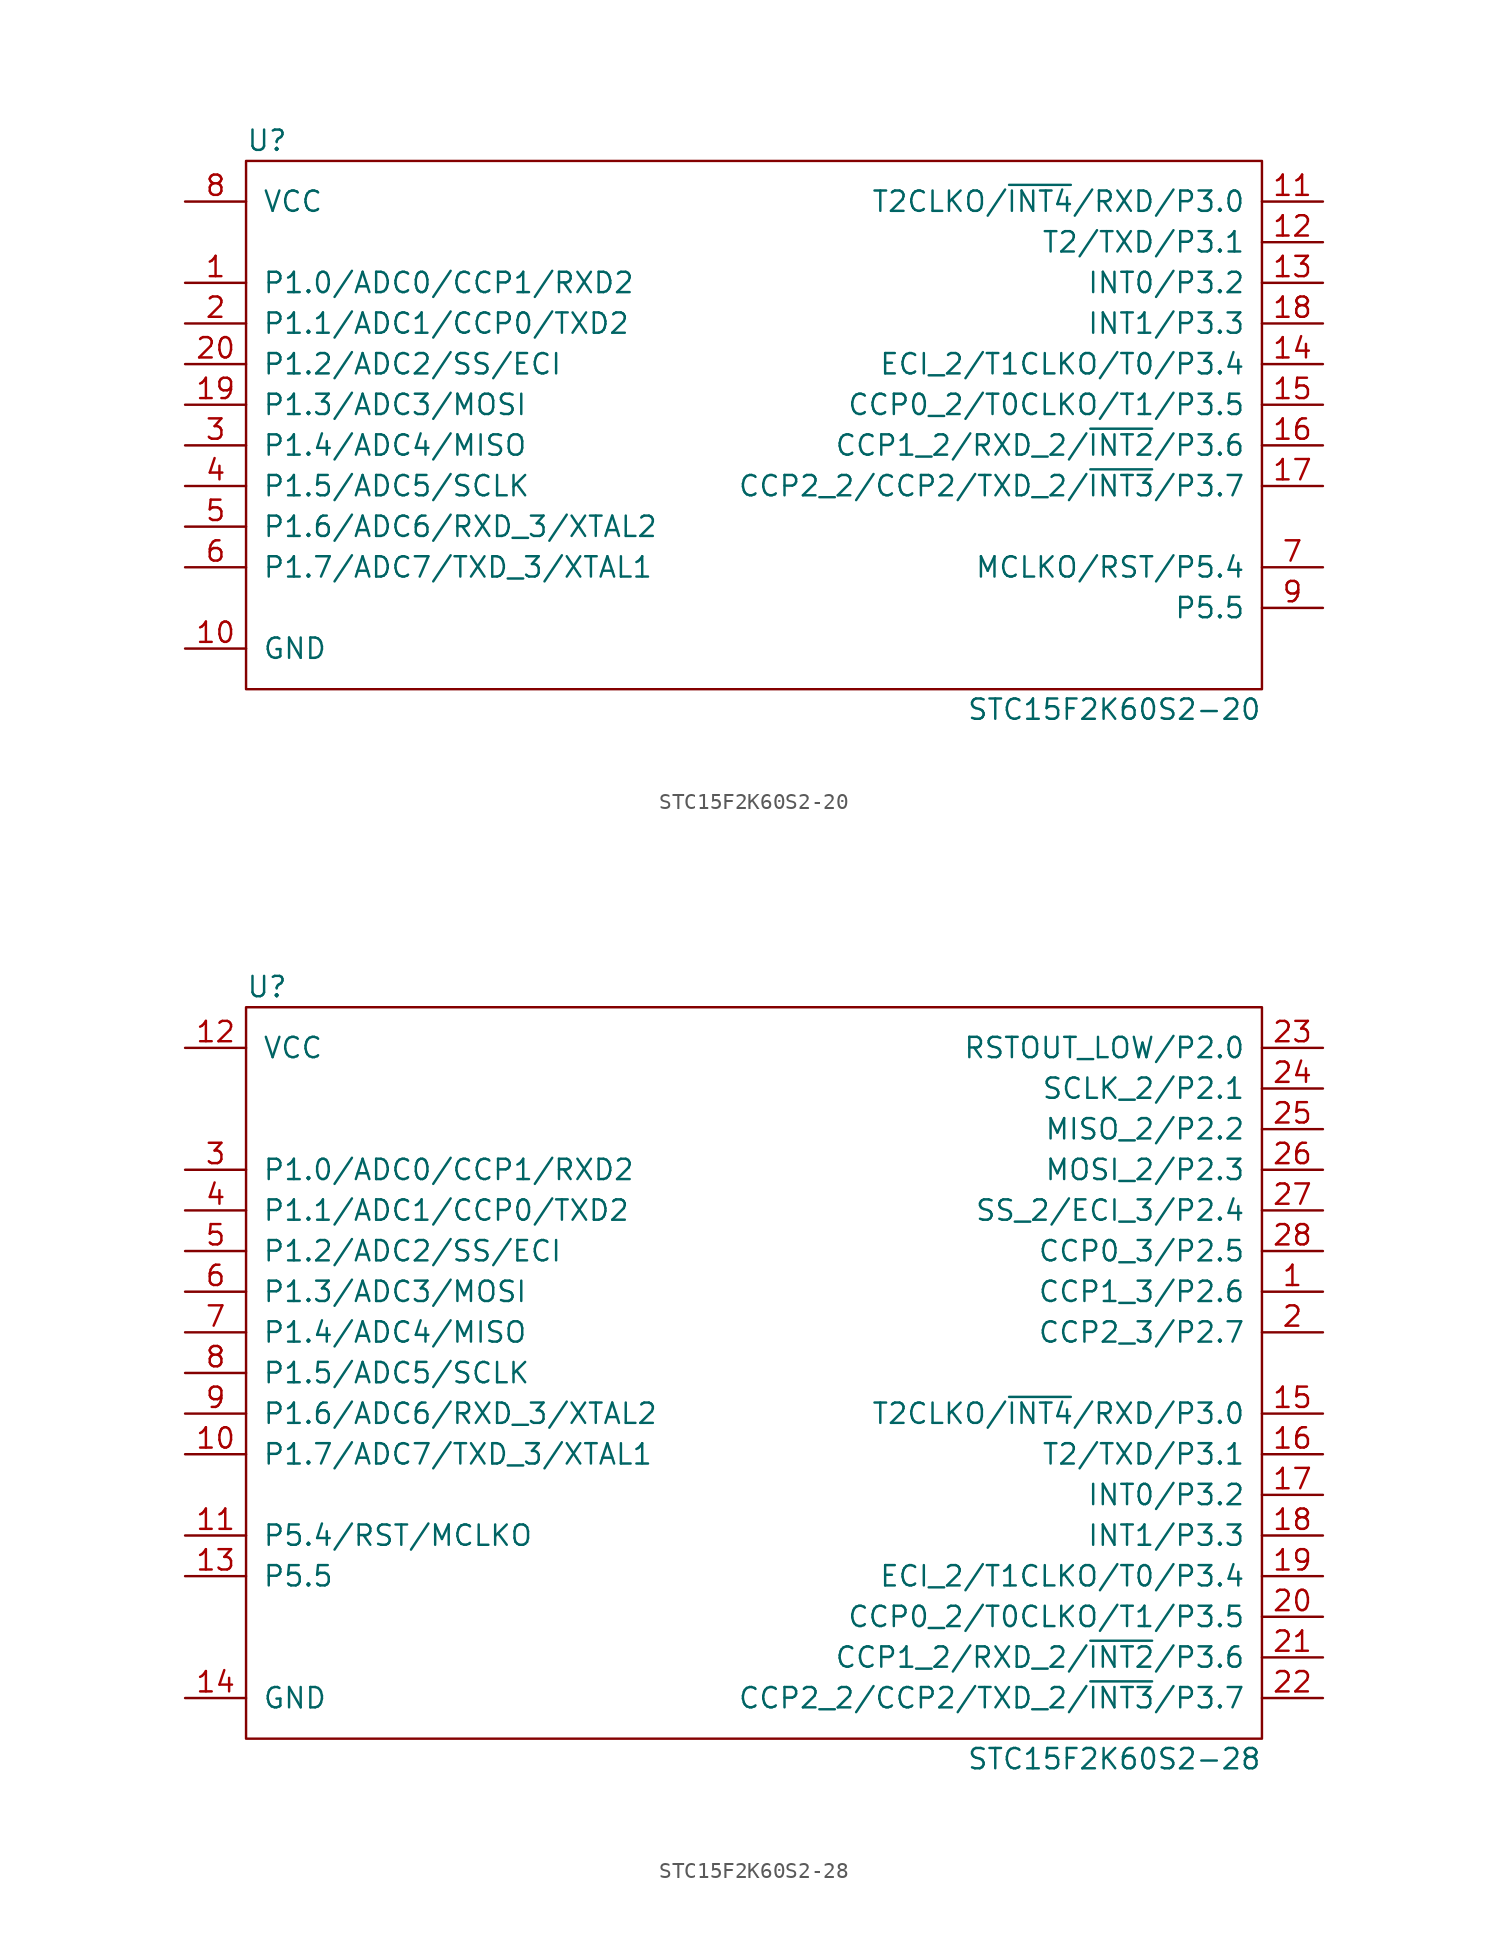
<source format=kicad_sym>
(kicad_symbol_lib
  (version 20211014)
  (generator kicad_symbol_editor)
  (symbol "STC15F2K60S2-20"
    (pin_names
      (offset 1.016))
    (property "Reference" "U"
      (at -31.75 16.51 0)
      (effects (font (size 1.27 1.27)) (justify left)))
    (property "Value" "STC15F2K60S2-20"
      (at 31.75 -19.05 0)
      (effects (font (size 1.27 1.27)) (justify right)))
    (symbol "STC15F2K60S2-20_0_1"
      (rectangle (start -31.75 15.24) (end 31.75 -17.78) (stroke (width 0.152) (type default) (color 0 0 0 0)) (fill (type none))))
    (symbol "STC15F2K60S2-20_1_1"
      (pin tri_state line (at -35.56 7.62 0) (length 3.81) (name "P1.0/ADC0/CCP1/RXD2" (effects (font (size 1.27 1.27)))) (number "1" (effects (font (size 1.27 1.27)))))
      (pin power_in line (at -35.56 -15.24 0) (length 3.81) (name "GND" (effects (font (size 1.27 1.27)))) (number "10" (effects (font (size 1.27 1.27)))))
      (pin tri_state line (at 35.56 12.7 180) (length 3.81) (name "T2CLKO/~{INT4}/RXD/P3.0" (effects (font (size 1.27 1.27)))) (number "11" (effects (font (size 1.27 1.27)))))
      (pin tri_state line (at 35.56 10.16 180) (length 3.81) (name "T2/TXD/P3.1" (effects (font (size 1.27 1.27)))) (number "12" (effects (font (size 1.27 1.27)))))
      (pin tri_state line (at 35.56 7.62 180) (length 3.81) (name "INT0/P3.2" (effects (font (size 1.27 1.27)))) (number "13" (effects (font (size 1.27 1.27)))))
      (pin tri_state line (at 35.56 2.54 180) (length 3.81) (name "ECI_2/T1CLKO/T0/P3.4" (effects (font (size 1.27 1.27)))) (number "14" (effects (font (size 1.27 1.27)))))
      (pin tri_state line (at 35.56 0 180) (length 3.81) (name "CCP0_2/T0CLKO/T1/P3.5" (effects (font (size 1.27 1.27)))) (number "15" (effects (font (size 1.27 1.27)))))
      (pin tri_state line (at 35.56 -2.54 180) (length 3.81) (name "CCP1_2/RXD_2/~{INT2}/P3.6" (effects (font (size 1.27 1.27)))) (number "16" (effects (font (size 1.27 1.27)))))
      (pin tri_state line (at 35.56 -5.08 180) (length 3.81) (name "CCP2_2/CCP2/TXD_2/~{INT3}/P3.7" (effects (font (size 1.27 1.27)))) (number "17" (effects (font (size 1.27 1.27)))))
      (pin tri_state line (at 35.56 5.08 180) (length 3.81) (name "INT1/P3.3" (effects (font (size 1.27 1.27)))) (number "18" (effects (font (size 1.27 1.27)))))
      (pin tri_state line (at -35.56 0 0) (length 3.81) (name "P1.3/ADC3/MOSI" (effects (font (size 1.27 1.27)))) (number "19" (effects (font (size 1.27 1.27)))))
      (pin tri_state line (at -35.56 5.08 0) (length 3.81) (name "P1.1/ADC1/CCP0/TXD2" (effects (font (size 1.27 1.27)))) (number "2" (effects (font (size 1.27 1.27)))))
      (pin tri_state line (at -35.56 2.54 0) (length 3.81) (name "P1.2/ADC2/SS/ECI" (effects (font (size 1.27 1.27)))) (number "20" (effects (font (size 1.27 1.27)))))
      (pin tri_state line (at -35.56 -2.54 0) (length 3.81) (name "P1.4/ADC4/MISO" (effects (font (size 1.27 1.27)))) (number "3" (effects (font (size 1.27 1.27)))))
      (pin tri_state line (at -35.56 -5.08 0) (length 3.81) (name "P1.5/ADC5/SCLK" (effects (font (size 1.27 1.27)))) (number "4" (effects (font (size 1.27 1.27)))))
      (pin tri_state line (at -35.56 -7.62 0) (length 3.81) (name "P1.6/ADC6/RXD_3/XTAL2" (effects (font (size 1.27 1.27)))) (number "5" (effects (font (size 1.27 1.27)))))
      (pin tri_state line (at -35.56 -10.16 0) (length 3.81) (name "P1.7/ADC7/TXD_3/XTAL1" (effects (font (size 1.27 1.27)))) (number "6" (effects (font (size 1.27 1.27)))))
      (pin tri_state line (at 35.56 -10.16 180) (length 3.81) (name "MCLKO/RST/P5.4" (effects (font (size 1.27 1.27)))) (number "7" (effects (font (size 1.27 1.27)))))
      (pin power_in line (at -35.56 12.7 0) (length 3.81) (name "VCC" (effects (font (size 1.27 1.27)))) (number "8" (effects (font (size 1.27 1.27)))))
      (pin tri_state line (at 35.56 -12.7 180) (length 3.81) (name "P5.5" (effects (font (size 1.27 1.27)))) (number "9" (effects (font (size 1.27 1.27)))))))
  (symbol "STC15F2K60S2-28"
    (pin_names
      (offset 1.016))
    (property "Reference" "U"
      (at -31.75 24.13 0)
      (effects (font (size 1.27 1.27)) (justify left)))
    (property "Value" "STC15F2K60S2-28"
      (at 31.75 -24.13 0)
      (effects (font (size 1.27 1.27)) (justify right)))
    (symbol "STC15F2K60S2-28_0_1"
      (rectangle (start -31.75 22.86) (end 31.75 -22.86) (stroke (width 0.152) (type default) (color 0 0 0 0)) (fill (type none))))
    (symbol "STC15F2K60S2-28_1_1"
      (pin tri_state line (at 35.56 5.08 180) (length 3.81) (name "CCP1_3/P2.6" (effects (font (size 1.27 1.27)))) (number "1" (effects (font (size 1.27 1.27)))))
      (pin tri_state line (at -35.56 -5.08 0) (length 3.81) (name "P1.7/ADC7/TXD_3/XTAL1" (effects (font (size 1.27 1.27)))) (number "10" (effects (font (size 1.27 1.27)))))
      (pin tri_state line (at -35.56 -10.16 0) (length 3.81) (name "P5.4/RST/MCLKO" (effects (font (size 1.27 1.27)))) (number "11" (effects (font (size 1.27 1.27)))))
      (pin power_in line (at -35.56 20.32 0) (length 3.81) (name "VCC" (effects (font (size 1.27 1.27)))) (number "12" (effects (font (size 1.27 1.27)))))
      (pin tri_state line (at -35.56 -12.7 0) (length 3.81) (name "P5.5" (effects (font (size 1.27 1.27)))) (number "13" (effects (font (size 1.27 1.27)))))
      (pin power_in line (at -35.56 -20.32 0) (length 3.81) (name "GND" (effects (font (size 1.27 1.27)))) (number "14" (effects (font (size 1.27 1.27)))))
      (pin tri_state line (at 35.56 -2.54 180) (length 3.81) (name "T2CLKO/~{INT4}/RXD/P3.0" (effects (font (size 1.27 1.27)))) (number "15" (effects (font (size 1.27 1.27)))))
      (pin tri_state line (at 35.56 -5.08 180) (length 3.81) (name "T2/TXD/P3.1" (effects (font (size 1.27 1.27)))) (number "16" (effects (font (size 1.27 1.27)))))
      (pin tri_state line (at 35.56 -7.62 180) (length 3.81) (name "INT0/P3.2" (effects (font (size 1.27 1.27)))) (number "17" (effects (font (size 1.27 1.27)))))
      (pin tri_state line (at 35.56 -10.16 180) (length 3.81) (name "INT1/P3.3" (effects (font (size 1.27 1.27)))) (number "18" (effects (font (size 1.27 1.27)))))
      (pin tri_state line (at 35.56 -12.7 180) (length 3.81) (name "ECI_2/T1CLKO/T0/P3.4" (effects (font (size 1.27 1.27)))) (number "19" (effects (font (size 1.27 1.27)))))
      (pin tri_state line (at 35.56 2.54 180) (length 3.81) (name "CCP2_3/P2.7" (effects (font (size 1.27 1.27)))) (number "2" (effects (font (size 1.27 1.27)))))
      (pin tri_state line (at 35.56 -15.24 180) (length 3.81) (name "CCP0_2/T0CLKO/T1/P3.5" (effects (font (size 1.27 1.27)))) (number "20" (effects (font (size 1.27 1.27)))))
      (pin tri_state line (at 35.56 -17.78 180) (length 3.81) (name "CCP1_2/RXD_2/~{INT2}/P3.6" (effects (font (size 1.27 1.27)))) (number "21" (effects (font (size 1.27 1.27)))))
      (pin tri_state line (at 35.56 -20.32 180) (length 3.81) (name "CCP2_2/CCP2/TXD_2/~{INT3}/P3.7" (effects (font (size 1.27 1.27)))) (number "22" (effects (font (size 1.27 1.27)))))
      (pin tri_state line (at 35.56 20.32 180) (length 3.81) (name "RSTOUT_LOW/P2.0" (effects (font (size 1.27 1.27)))) (number "23" (effects (font (size 1.27 1.27)))))
      (pin tri_state line (at 35.56 17.78 180) (length 3.81) (name "SCLK_2/P2.1" (effects (font (size 1.27 1.27)))) (number "24" (effects (font (size 1.27 1.27)))))
      (pin tri_state line (at 35.56 15.24 180) (length 3.81) (name "MISO_2/P2.2" (effects (font (size 1.27 1.27)))) (number "25" (effects (font (size 1.27 1.27)))))
      (pin tri_state line (at 35.56 12.7 180) (length 3.81) (name "MOSI_2/P2.3" (effects (font (size 1.27 1.27)))) (number "26" (effects (font (size 1.27 1.27)))))
      (pin tri_state line (at 35.56 10.16 180) (length 3.81) (name "SS_2/ECI_3/P2.4" (effects (font (size 1.27 1.27)))) (number "27" (effects (font (size 1.27 1.27)))))
      (pin tri_state line (at 35.56 7.62 180) (length 3.81) (name "CCP0_3/P2.5" (effects (font (size 1.27 1.27)))) (number "28" (effects (font (size 1.27 1.27)))))
      (pin tri_state line (at -35.56 12.7 0) (length 3.81) (name "P1.0/ADC0/CCP1/RXD2" (effects (font (size 1.27 1.27)))) (number "3" (effects (font (size 1.27 1.27)))))
      (pin tri_state line (at -35.56 10.16 0) (length 3.81) (name "P1.1/ADC1/CCP0/TXD2" (effects (font (size 1.27 1.27)))) (number "4" (effects (font (size 1.27 1.27)))))
      (pin tri_state line (at -35.56 7.62 0) (length 3.81) (name "P1.2/ADC2/SS/ECI" (effects (font (size 1.27 1.27)))) (number "5" (effects (font (size 1.27 1.27)))))
      (pin tri_state line (at -35.56 5.08 0) (length 3.81) (name "P1.3/ADC3/MOSI" (effects (font (size 1.27 1.27)))) (number "6" (effects (font (size 1.27 1.27)))))
      (pin tri_state line (at -35.56 2.54 0) (length 3.81) (name "P1.4/ADC4/MISO" (effects (font (size 1.27 1.27)))) (number "7" (effects (font (size 1.27 1.27)))))
      (pin tri_state line (at -35.56 0 0) (length 3.81) (name "P1.5/ADC5/SCLK" (effects (font (size 1.27 1.27)))) (number "8" (effects (font (size 1.27 1.27)))))
      (pin tri_state line (at -35.56 -2.54 0) (length 3.81) (name "P1.6/ADC6/RXD_3/XTAL2" (effects (font (size 1.27 1.27)))) (number "9" (effects (font (size 1.27 1.27))))))))
</source>
